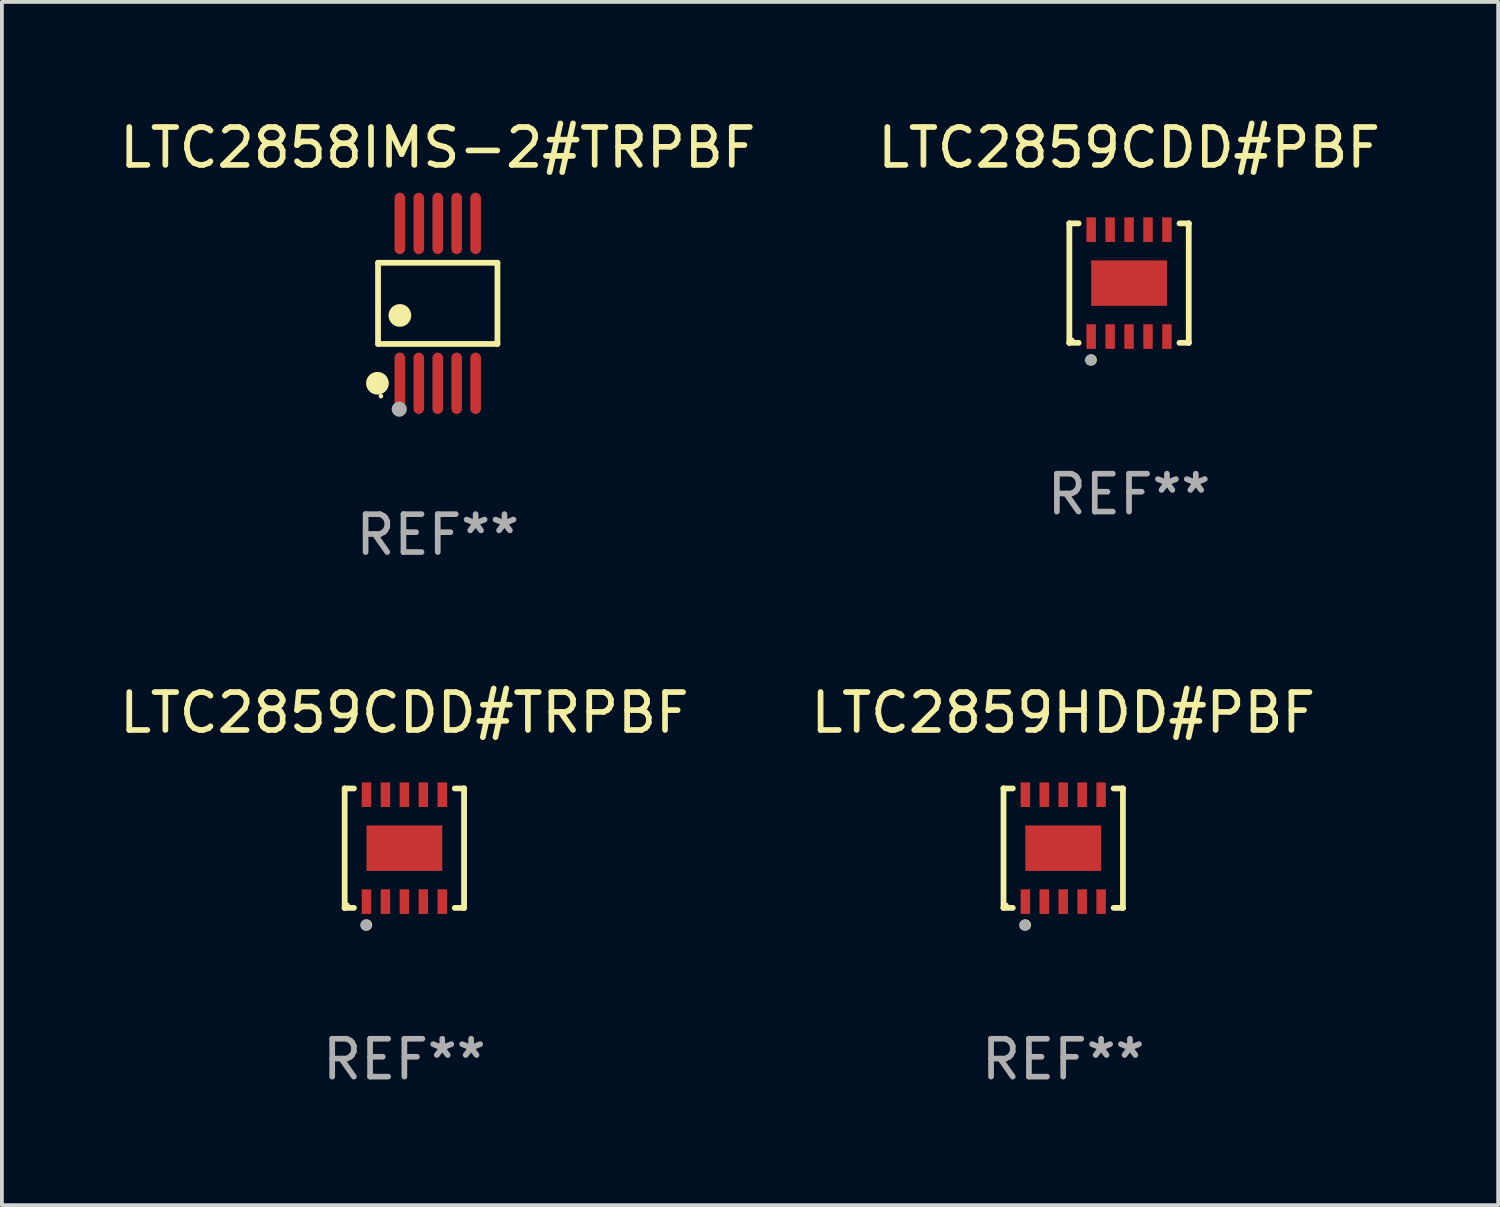
<source format=kicad_pcb>
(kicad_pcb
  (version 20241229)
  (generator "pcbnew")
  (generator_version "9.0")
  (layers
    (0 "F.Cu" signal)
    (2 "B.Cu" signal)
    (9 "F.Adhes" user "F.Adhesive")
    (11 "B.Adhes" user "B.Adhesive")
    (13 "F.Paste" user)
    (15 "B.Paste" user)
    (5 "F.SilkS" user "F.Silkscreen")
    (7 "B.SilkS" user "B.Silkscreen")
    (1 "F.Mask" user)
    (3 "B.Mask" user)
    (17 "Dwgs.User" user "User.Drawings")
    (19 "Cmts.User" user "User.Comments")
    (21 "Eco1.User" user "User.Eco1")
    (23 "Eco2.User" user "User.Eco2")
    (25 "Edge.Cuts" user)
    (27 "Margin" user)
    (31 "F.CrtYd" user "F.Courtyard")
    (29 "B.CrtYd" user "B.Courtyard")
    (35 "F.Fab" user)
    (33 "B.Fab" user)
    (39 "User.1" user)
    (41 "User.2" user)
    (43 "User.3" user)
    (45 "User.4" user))
  (footprint "LTC2858IMS-2#TRPBF"
    (layer "F.Cu")
    (at 8.506 4.958)
    (property "Reference" "LTC2858IMS-2#TRPBF" (at 0 -4.11 0) (layer "F.SilkS") (effects (font (size 1 1) (thickness 0.15))))
    (attr through_hole)
    (fp_line (start -1.576 -1.071) (end 1.576 -1.071) (stroke (width 0.152) (type solid)) (layer "F.SilkS"))
    (fp_line (start -1.576 1.071) (end -1.576 -1.071) (stroke (width 0.152) (type solid)) (layer "F.SilkS"))
    (fp_line (start 1.576 -1.071) (end 1.576 1.071) (stroke (width 0.152) (type solid)) (layer "F.SilkS"))
    (fp_line (start 1.576 1.071) (end -1.576 1.071) (stroke (width 0.152) (type solid)) (layer "F.SilkS"))
    (fp_circle (center -1.592 2.11) (end -1.442 2.11) (stroke (width 0.3) (type solid)) (fill no) (layer "F.SilkS"))
    (fp_circle (center -1.5 2.45) (end -1.47 2.45) (stroke (width 0.06) (type solid)) (fill no) (layer "F.SilkS"))
    (fp_circle (center -1 0.319) (end -0.85 0.319) (stroke (width 0.3) (type solid)) (fill no) (layer "F.SilkS"))
    (fp_circle (center -1.016 2.794) (end -0.916 2.794) (stroke (width 0.2) (type solid)) (fill no) (layer "F.Fab"))
    (fp_text user "REF**" (at 0 6.11 0) (layer "F.Fab") (effects (font (size 1 1) (thickness 0.15))))
    (pad "1" smd oval (at -1 2.11) (size 0.28 1.62) (layers "F.Cu" "F.Mask" "F.Paste"))
    (pad "2" smd oval (at -0.5 2.11) (size 0.28 1.62) (layers "F.Cu" "F.Mask" "F.Paste"))
    (pad "3" smd oval (at 0 2.11) (size 0.28 1.62) (layers "F.Cu" "F.Mask" "F.Paste"))
    (pad "4" smd oval (at 0.5 2.11) (size 0.28 1.62) (layers "F.Cu" "F.Mask" "F.Paste"))
    (pad "5" smd oval (at 1 2.11) (size 0.28 1.62) (layers "F.Cu" "F.Mask" "F.Paste"))
    (pad "6" smd oval (at 1 -2.11) (size 0.28 1.62) (layers "F.Cu" "F.Mask" "F.Paste"))
    (pad "7" smd oval (at 0.5 -2.11) (size 0.28 1.62) (layers "F.Cu" "F.Mask" "F.Paste"))
    (pad "8" smd oval (at 0 -2.11) (size 0.28 1.62) (layers "F.Cu" "F.Mask" "F.Paste"))
    (pad "9" smd oval (at -0.5 -2.11) (size 0.28 1.62) (layers "F.Cu" "F.Mask" "F.Paste"))
    (pad "10" smd oval (at -1 -2.11) (size 0.28 1.62) (layers "F.Cu" "F.Mask" "F.Paste")))
  (footprint "LTC2859CDD#PBF"
    (layer "F.Cu")
    (at 26.756 4.424)
    (property "Reference" "LTC2859CDD#PBF" (at 0 -3.576 0) (layer "F.SilkS") (effects (font (size 1 1) (thickness 0.15))))
    (attr through_hole)
    (fp_line (start -1.576 -1.576) (end -1.576 -1.576) (stroke (width 0.152) (type solid)) (layer "F.SilkS"))
    (fp_line (start -1.576 -1.576) (end -1.331 -1.576) (stroke (width 0.152) (type solid)) (layer "F.SilkS"))
    (fp_line (start -1.576 1.576) (end -1.576 -1.576) (stroke (width 0.152) (type solid)) (layer "F.SilkS"))
    (fp_line (start -1.576 1.576) (end -1.576 1.576) (stroke (width 0.152) (type solid)) (layer "F.SilkS"))
    (fp_line (start -1.331 1.576) (end -1.576 1.576) (stroke (width 0.152) (type solid)) (layer "F.SilkS"))
    (fp_line (start 1.331 1.576) (end 1.576 1.576) (stroke (width 0.152) (type solid)) (layer "F.SilkS"))
    (fp_line (start 1.576 -1.576) (end 1.331 -1.576) (stroke (width 0.152) (type solid)) (layer "F.SilkS"))
    (fp_line (start 1.576 -1.576) (end 1.576 -1.576) (stroke (width 0.152) (type solid)) (layer "F.SilkS"))
    (fp_line (start 1.576 1.576) (end 1.576 -1.576) (stroke (width 0.152) (type solid)) (layer "F.SilkS"))
    (fp_line (start 1.576 1.576) (end 1.576 1.576) (stroke (width 0.152) (type solid)) (layer "F.SilkS"))
    (fp_circle (center -1.5 1.5) (end -1.47 1.5) (stroke (width 0.06) (type solid)) (fill no) (layer "F.SilkS"))
    (fp_circle (center -1 2.028) (end -0.925 2.028) (stroke (width 0.15) (type solid)) (fill no) (layer "F.SilkS"))
    (fp_circle (center -1.016 2.032) (end -0.941 2.032) (stroke (width 0.15) (type solid)) (fill no) (layer "F.Fab"))
    (fp_text user "REF**" (at 0 5.576 0) (layer "F.Fab") (effects (font (size 1 1) (thickness 0.15))))
    (pad "1" smd rect (at -1 1.411) (size 0.25 0.65) (layers "F.Cu" "F.Mask" "F.Paste"))
    (pad "2" smd rect (at -0.5 1.411) (size 0.25 0.65) (layers "F.Cu" "F.Mask" "F.Paste"))
    (pad "3" smd rect (at 0 1.411) (size 0.25 0.65) (layers "F.Cu" "F.Mask" "F.Paste"))
    (pad "4" smd rect (at 0.5 1.411) (size 0.25 0.65) (layers "F.Cu" "F.Mask" "F.Paste"))
    (pad "5" smd rect (at 1 1.411) (size 0.25 0.65) (layers "F.Cu" "F.Mask" "F.Paste"))
    (pad "6" smd rect (at 1 -1.411) (size 0.25 0.65) (layers "F.Cu" "F.Mask" "F.Paste"))
    (pad "7" smd rect (at 0.5 -1.411) (size 0.25 0.65) (layers "F.Cu" "F.Mask" "F.Paste"))
    (pad "8" smd rect (at 0 -1.411) (size 0.25 0.65) (layers "F.Cu" "F.Mask" "F.Paste"))
    (pad "9" smd rect (at -0.5 -1.411) (size 0.25 0.65) (layers "F.Cu" "F.Mask" "F.Paste"))
    (pad "10" smd rect (at -1 -1.411) (size 0.25 0.65) (layers "F.Cu" "F.Mask" "F.Paste"))
    (pad "11" smd rect (at 0 0) (size 2 1.2) (layers "F.Cu" "F.Mask" "F.Paste")))
  (footprint "LTC2859HDD#PBF"
    (layer "F.Cu")
    (at 25.018 19.341)
    (property "Reference" "LTC2859HDD#PBF" (at 0 -3.576 0) (layer "F.SilkS") (effects (font (size 1 1) (thickness 0.15))))
    (attr through_hole)
    (fp_line (start -1.576 -1.576) (end -1.576 -1.576) (stroke (width 0.152) (type solid)) (layer "F.SilkS"))
    (fp_line (start -1.576 -1.576) (end -1.331 -1.576) (stroke (width 0.152) (type solid)) (layer "F.SilkS"))
    (fp_line (start -1.576 1.576) (end -1.576 -1.576) (stroke (width 0.152) (type solid)) (layer "F.SilkS"))
    (fp_line (start -1.576 1.576) (end -1.576 1.576) (stroke (width 0.152) (type solid)) (layer "F.SilkS"))
    (fp_line (start -1.331 1.576) (end -1.576 1.576) (stroke (width 0.152) (type solid)) (layer "F.SilkS"))
    (fp_line (start 1.331 1.576) (end 1.576 1.576) (stroke (width 0.152) (type solid)) (layer "F.SilkS"))
    (fp_line (start 1.576 -1.576) (end 1.331 -1.576) (stroke (width 0.152) (type solid)) (layer "F.SilkS"))
    (fp_line (start 1.576 -1.576) (end 1.576 -1.576) (stroke (width 0.152) (type solid)) (layer "F.SilkS"))
    (fp_line (start 1.576 1.576) (end 1.576 -1.576) (stroke (width 0.152) (type solid)) (layer "F.SilkS"))
    (fp_line (start 1.576 1.576) (end 1.576 1.576) (stroke (width 0.152) (type solid)) (layer "F.SilkS"))
    (fp_circle (center -1.5 1.5) (end -1.47 1.5) (stroke (width 0.06) (type solid)) (fill no) (layer "F.SilkS"))
    (fp_circle (center -1 2.028) (end -0.925 2.028) (stroke (width 0.15) (type solid)) (fill no) (layer "F.SilkS"))
    (fp_circle (center -1.016 2.032) (end -0.941 2.032) (stroke (width 0.15) (type solid)) (fill no) (layer "F.Fab"))
    (fp_text user "REF**" (at 0 5.576 0) (layer "F.Fab") (effects (font (size 1 1) (thickness 0.15))))
    (pad "1" smd rect (at -1 1.411) (size 0.25 0.65) (layers "F.Cu" "F.Mask" "F.Paste"))
    (pad "2" smd rect (at -0.5 1.411) (size 0.25 0.65) (layers "F.Cu" "F.Mask" "F.Paste"))
    (pad "3" smd rect (at 0 1.411) (size 0.25 0.65) (layers "F.Cu" "F.Mask" "F.Paste"))
    (pad "4" smd rect (at 0.5 1.411) (size 0.25 0.65) (layers "F.Cu" "F.Mask" "F.Paste"))
    (pad "5" smd rect (at 1 1.411) (size 0.25 0.65) (layers "F.Cu" "F.Mask" "F.Paste"))
    (pad "6" smd rect (at 1 -1.411) (size 0.25 0.65) (layers "F.Cu" "F.Mask" "F.Paste"))
    (pad "7" smd rect (at 0.5 -1.411) (size 0.25 0.65) (layers "F.Cu" "F.Mask" "F.Paste"))
    (pad "8" smd rect (at 0 -1.411) (size 0.25 0.65) (layers "F.Cu" "F.Mask" "F.Paste"))
    (pad "9" smd rect (at -0.5 -1.411) (size 0.25 0.65) (layers "F.Cu" "F.Mask" "F.Paste"))
    (pad "10" smd rect (at -1 -1.411) (size 0.25 0.65) (layers "F.Cu" "F.Mask" "F.Paste"))
    (pad "11" smd rect (at 0 0) (size 2 1.2) (layers "F.Cu" "F.Mask" "F.Paste")))
  (footprint "LTC2859CDD#TRPBF"
    (layer "F.Cu")
    (at 7.625 19.341)
    (property "Reference" "LTC2859CDD#TRPBF" (at 0 -3.576 0) (layer "F.SilkS") (effects (font (size 1 1) (thickness 0.15))))
    (attr through_hole)
    (fp_line (start -1.576 -1.576) (end -1.576 -1.576) (stroke (width 0.152) (type solid)) (layer "F.SilkS"))
    (fp_line (start -1.576 -1.576) (end -1.331 -1.576) (stroke (width 0.152) (type solid)) (layer "F.SilkS"))
    (fp_line (start -1.576 1.576) (end -1.576 -1.576) (stroke (width 0.152) (type solid)) (layer "F.SilkS"))
    (fp_line (start -1.576 1.576) (end -1.576 1.576) (stroke (width 0.152) (type solid)) (layer "F.SilkS"))
    (fp_line (start -1.331 1.576) (end -1.576 1.576) (stroke (width 0.152) (type solid)) (layer "F.SilkS"))
    (fp_line (start 1.331 1.576) (end 1.576 1.576) (stroke (width 0.152) (type solid)) (layer "F.SilkS"))
    (fp_line (start 1.576 -1.576) (end 1.331 -1.576) (stroke (width 0.152) (type solid)) (layer "F.SilkS"))
    (fp_line (start 1.576 -1.576) (end 1.576 -1.576) (stroke (width 0.152) (type solid)) (layer "F.SilkS"))
    (fp_line (start 1.576 1.576) (end 1.576 -1.576) (stroke (width 0.152) (type solid)) (layer "F.SilkS"))
    (fp_line (start 1.576 1.576) (end 1.576 1.576) (stroke (width 0.152) (type solid)) (layer "F.SilkS"))
    (fp_circle (center -1.5 1.5) (end -1.47 1.5) (stroke (width 0.06) (type solid)) (fill no) (layer "F.SilkS"))
    (fp_circle (center -1 2.028) (end -0.925 2.028) (stroke (width 0.15) (type solid)) (fill no) (layer "F.SilkS"))
    (fp_circle (center -1.016 2.032) (end -0.941 2.032) (stroke (width 0.15) (type solid)) (fill no) (layer "F.Fab"))
    (fp_text user "REF**" (at 0 5.576 0) (layer "F.Fab") (effects (font (size 1 1) (thickness 0.15))))
    (pad "1" smd rect (at -1 1.411) (size 0.25 0.65) (layers "F.Cu" "F.Mask" "F.Paste"))
    (pad "2" smd rect (at -0.5 1.411) (size 0.25 0.65) (layers "F.Cu" "F.Mask" "F.Paste"))
    (pad "3" smd rect (at 0 1.411) (size 0.25 0.65) (layers "F.Cu" "F.Mask" "F.Paste"))
    (pad "4" smd rect (at 0.5 1.411) (size 0.25 0.65) (layers "F.Cu" "F.Mask" "F.Paste"))
    (pad "5" smd rect (at 1 1.411) (size 0.25 0.65) (layers "F.Cu" "F.Mask" "F.Paste"))
    (pad "6" smd rect (at 1 -1.411) (size 0.25 0.65) (layers "F.Cu" "F.Mask" "F.Paste"))
    (pad "7" smd rect (at 0.5 -1.411) (size 0.25 0.65) (layers "F.Cu" "F.Mask" "F.Paste"))
    (pad "8" smd rect (at 0 -1.411) (size 0.25 0.65) (layers "F.Cu" "F.Mask" "F.Paste"))
    (pad "9" smd rect (at -0.5 -1.411) (size 0.25 0.65) (layers "F.Cu" "F.Mask" "F.Paste"))
    (pad "10" smd rect (at -1 -1.411) (size 0.25 0.65) (layers "F.Cu" "F.Mask" "F.Paste"))
    (pad "11" smd rect (at 0 0) (size 2 1.2) (layers "F.Cu" "F.Mask" "F.Paste")))
  (gr_rect
    (start -3 -3)
    (end 36.5 28.765)
    (stroke (width 0.1) (type default))
    (fill no)
    (layer "Edge.Cuts")))
</source>
